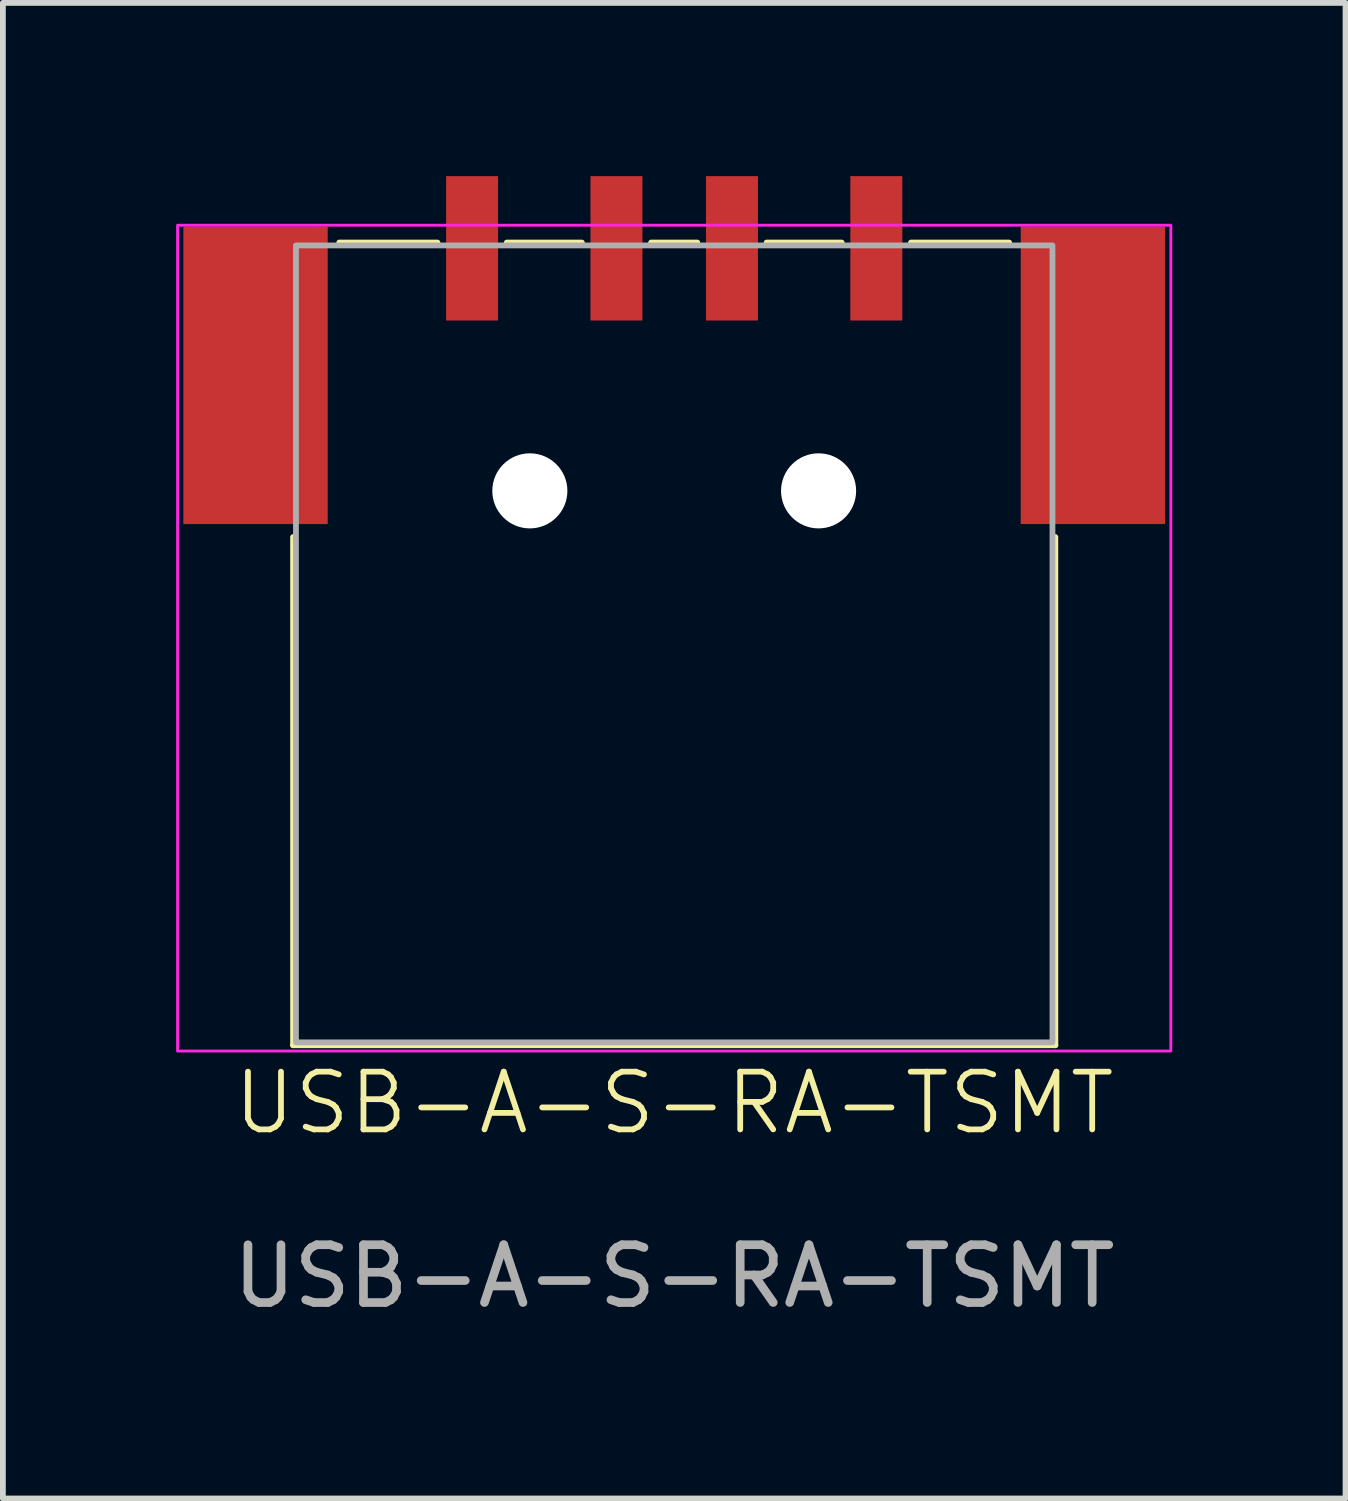
<source format=kicad_pcb>
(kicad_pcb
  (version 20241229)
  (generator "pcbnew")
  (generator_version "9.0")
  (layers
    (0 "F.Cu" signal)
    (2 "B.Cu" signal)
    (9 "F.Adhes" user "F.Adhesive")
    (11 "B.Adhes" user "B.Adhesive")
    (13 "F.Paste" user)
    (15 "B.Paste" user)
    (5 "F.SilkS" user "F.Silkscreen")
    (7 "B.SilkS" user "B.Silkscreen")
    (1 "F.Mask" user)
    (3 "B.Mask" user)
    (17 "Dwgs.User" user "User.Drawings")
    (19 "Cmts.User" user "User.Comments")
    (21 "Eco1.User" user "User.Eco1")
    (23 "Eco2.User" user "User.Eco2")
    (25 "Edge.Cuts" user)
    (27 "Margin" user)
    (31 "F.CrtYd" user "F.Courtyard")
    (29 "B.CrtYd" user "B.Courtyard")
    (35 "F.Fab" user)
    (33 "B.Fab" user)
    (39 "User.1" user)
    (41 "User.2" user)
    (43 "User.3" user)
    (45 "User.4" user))
  (footprint "USB-A-S-RA-TSMT"
    (layer "F.Cu")
    (at 8.625 5.45)
    (property "Reference" "USB-A-S-RA-TSMT" (at 0 10.6 0) (unlocked yes) (layer "F.SilkS") (effects (font (size 1 1) (thickness 0.1))))
    (attr smd)
    (fp_line (start -6.6 0.8) (end -6.6 9.6) (stroke (width 0.1) (type default)) (layer "F.SilkS"))
    (fp_line (start -6.6 9.6) (end 6.6 9.6) (stroke (width 0.1) (type default)) (layer "F.SilkS"))
    (fp_line (start -5.8 -4.3) (end -4.1 -4.3) (stroke (width 0.1) (type default)) (layer "F.SilkS"))
    (fp_line (start -2.9 -4.3) (end -1.6 -4.3) (stroke (width 0.1) (type default)) (layer "F.SilkS"))
    (fp_line (start -0.4 -4.3) (end 0.4 -4.3) (stroke (width 0.1) (type default)) (layer "F.SilkS"))
    (fp_line (start 1.6 -4.3) (end 2.9 -4.3) (stroke (width 0.1) (type default)) (layer "F.SilkS"))
    (fp_line (start 4.1 -4.3) (end 5.8 -4.3) (stroke (width 0.1) (type default)) (layer "F.SilkS"))
    (fp_line (start 6.6 9.6) (end 6.6 0.8) (stroke (width 0.1) (type default)) (layer "F.SilkS"))
    (fp_rect (start -8.6 -4.6) (end 8.6 9.7) (stroke (width 0.05) (type default)) (fill no) (layer "F.CrtYd"))
    (fp_rect (start -6.55 -4.25) (end 6.55 9.55) (stroke (width 0.1) (type default)) (fill no) (layer "F.Fab"))
    (fp_text user "${REFERENCE}" (at 0 13.6 0) (unlocked yes) (layer "F.Fab") (effects (font (size 1 1) (thickness 0.15))))
    (pad "" np_thru_hole circle (at -2.5 0) (size 1.3 1.3) (drill 1.3) (layers "*.Cu" "*.Mask"))
    (pad "" np_thru_hole circle (at 2.5 0) (size 1.3 1.3) (drill 1.3) (layers "*.Cu" "*.Mask"))
    (pad "1" smd rect (at -3.5 -4.2) (size 0.9 2.5) (layers "F.Cu" "F.Mask" "F.Paste"))
    (pad "2" smd rect (at -1 -4.2) (size 0.9 2.5) (layers "F.Cu" "F.Mask" "F.Paste"))
    (pad "3" smd rect (at 1 -4.2) (size 0.9 2.5) (layers "F.Cu" "F.Mask" "F.Paste"))
    (pad "4" smd rect (at 3.5 -4.2) (size 0.9 2.5) (layers "F.Cu" "F.Mask" "F.Paste"))
    (pad "5" smd rect (at -7.25 -2) (size 2.5 5.15) (layers "F.Cu" "F.Mask" "F.Paste"))
    (pad "5" smd rect (at 7.25 -2) (size 2.5 5.15) (layers "F.Cu" "F.Mask" "F.Paste")))
  (gr_rect
    (start -3 -3)
    (end 20.25 22.898)
    (stroke (width 0.1) (type default))
    (fill no)
    (layer "Edge.Cuts")))
</source>
